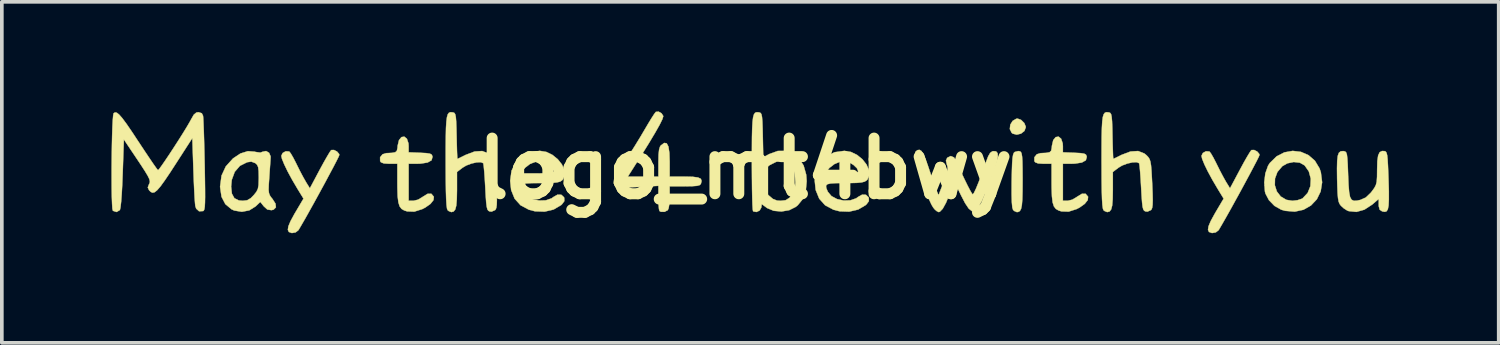
<source format=kicad_pcb>
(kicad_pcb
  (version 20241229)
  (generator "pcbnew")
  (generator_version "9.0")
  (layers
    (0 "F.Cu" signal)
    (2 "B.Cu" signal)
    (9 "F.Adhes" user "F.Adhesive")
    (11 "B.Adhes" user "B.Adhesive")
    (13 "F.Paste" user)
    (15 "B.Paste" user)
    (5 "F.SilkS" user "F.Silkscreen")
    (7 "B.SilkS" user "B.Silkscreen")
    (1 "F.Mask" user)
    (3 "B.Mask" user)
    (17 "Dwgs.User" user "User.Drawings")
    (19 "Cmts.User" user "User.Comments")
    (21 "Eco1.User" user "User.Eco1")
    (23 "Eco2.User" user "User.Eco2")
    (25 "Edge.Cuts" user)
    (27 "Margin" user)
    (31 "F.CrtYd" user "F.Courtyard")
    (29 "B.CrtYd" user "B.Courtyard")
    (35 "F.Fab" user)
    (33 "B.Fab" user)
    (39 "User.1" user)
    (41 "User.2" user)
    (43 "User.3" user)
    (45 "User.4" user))
  (footprint "logo_mt4bwy"
    (layer "F.Cu")
    (at 17.348 1.563)
    (property "Reference" "logo_mt4bwy" (at 0 0 0) (layer "F.SilkS") (effects (font (size 1.524 1.524) (thickness 0.3))))
    (attr through_hole)
    (fp_poly (pts (xy 7.546 -1.33) (xy 7.632 -1.244) (xy 7.673 -1.142) (xy 7.673 -1.135) (xy 7.635 -1.03) (xy 7.542 -0.957) (xy 7.425 -0.928) (xy 7.314 -0.956) (xy 7.285 -0.979) (xy 7.235 -1.082) (xy 7.248 -1.201) (xy 7.311 -1.304) (xy 7.411 -1.363) (xy 7.449 -1.367) (xy 7.546 -1.33)) (stroke (width 0.01) (type solid)) (fill yes) (layer "F.SilkS"))
    (fp_poly (pts (xy 7.513 -0.471) (xy 7.539 -0.452) (xy 7.558 -0.408) (xy 7.571 -0.327) (xy 7.579 -0.198) (xy 7.583 -0.008) (xy 7.585 0.256) (xy 7.585 0.321) (xy 7.583 0.621) (xy 7.577 0.844) (xy 7.564 1.002) (xy 7.542 1.104) (xy 7.509 1.162) (xy 7.464 1.187) (xy 7.427 1.191) (xy 7.356 1.16) (xy 7.324 1.13) (xy 7.303 1.063) (xy 7.29 0.922) (xy 7.284 0.701) (xy 7.285 0.396) (xy 7.286 0.33) (xy 7.292 0.051) (xy 7.299 -0.152) (xy 7.31 -0.291) (xy 7.325 -0.38) (xy 7.346 -0.432) (xy 7.369 -0.454) (xy 7.465 -0.479) (xy 7.513 -0.471)) (stroke (width 0.01) (type solid)) (fill yes) (layer "F.SilkS"))
    (fp_poly (pts (xy 15.201 -0.457) (xy 15.408 -0.367) (xy 15.583 -0.215) (xy 15.71 -0.005) (xy 15.746 0.101) (xy 15.781 0.375) (xy 15.741 0.625) (xy 15.636 0.84) (xy 15.475 1.01) (xy 15.271 1.126) (xy 15.033 1.178) (xy 14.771 1.156) (xy 14.662 1.125) (xy 14.478 1.021) (xy 14.326 0.865) (xy 14.23 0.683) (xy 14.216 0.628) (xy 14.203 0.456) (xy 14.487 0.456) (xy 14.541 0.625) (xy 14.648 0.764) (xy 14.802 0.855) (xy 14.967 0.882) (xy 15.109 0.865) (xy 15.23 0.824) (xy 15.248 0.813) (xy 15.385 0.667) (xy 15.46 0.481) (xy 15.471 0.277) (xy 15.417 0.078) (xy 15.303 -0.086) (xy 15.172 -0.161) (xy 15.004 -0.18) (xy 14.83 -0.144) (xy 14.691 -0.065) (xy 14.557 0.094) (xy 14.491 0.273) (xy 14.487 0.456) (xy 14.203 0.456) (xy 14.197 0.378) (xy 14.227 0.133) (xy 14.301 -0.076) (xy 14.349 -0.152) (xy 14.535 -0.334) (xy 14.749 -0.444) (xy 14.976 -0.484) (xy 15.201 -0.457)) (stroke (width 0.01) (type solid)) (fill yes) (layer "F.SilkS"))
    (fp_poly (pts (xy -11.174 -0.465) (xy -11.118 -0.398) (xy -11.113 -0.373) (xy -11.133 -0.323) (xy -11.19 -0.208) (xy -11.276 -0.042) (xy -11.386 0.164) (xy -11.511 0.398) (xy -11.646 0.646) (xy -11.783 0.896) (xy -11.917 1.137) (xy -12.039 1.355) (xy -12.144 1.537) (xy -12.224 1.673) (xy -12.233 1.687) (xy -12.309 1.746) (xy -12.412 1.764) (xy -12.494 1.734) (xy -12.521 1.675) (xy -12.507 1.581) (xy -12.449 1.441) (xy -12.343 1.245) (xy -12.308 1.186) (xy -12.093 0.822) (xy -12.263 0.545) (xy -12.405 0.303) (xy -12.527 0.078) (xy -12.621 -0.117) (xy -12.682 -0.266) (xy -12.7 -0.349) (xy -12.663 -0.426) (xy -12.579 -0.473) (xy -12.488 -0.468) (xy -12.479 -0.463) (xy -12.44 -0.412) (xy -12.376 -0.302) (xy -12.3 -0.155) (xy -12.282 -0.118) (xy -12.193 0.061) (xy -12.102 0.233) (xy -12.028 0.363) (xy -12.025 0.369) (xy -11.919 0.54) (xy -11.648 0.03) (xy -11.543 -0.163) (xy -11.45 -0.326) (xy -11.379 -0.445) (xy -11.337 -0.504) (xy -11.333 -0.507) (xy -11.259 -0.509) (xy -11.174 -0.465)) (stroke (width 0.01) (type solid)) (fill yes) (layer "F.SilkS"))
    (fp_poly (pts (xy 14.006 -0.465) (xy 14.062 -0.398) (xy 14.067 -0.373) (xy 14.047 -0.323) (xy 13.99 -0.208) (xy 13.903 -0.042) (xy 13.794 0.164) (xy 13.668 0.398) (xy 13.534 0.646) (xy 13.396 0.896) (xy 13.263 1.137) (xy 13.14 1.355) (xy 13.036 1.537) (xy 12.956 1.673) (xy 12.947 1.687) (xy 12.871 1.746) (xy 12.768 1.764) (xy 12.685 1.734) (xy 12.658 1.675) (xy 12.672 1.581) (xy 12.73 1.441) (xy 12.837 1.245) (xy 12.871 1.186) (xy 13.086 0.822) (xy 12.917 0.545) (xy 12.775 0.303) (xy 12.653 0.078) (xy 12.558 -0.117) (xy 12.498 -0.266) (xy 12.48 -0.349) (xy 12.517 -0.426) (xy 12.601 -0.473) (xy 12.691 -0.468) (xy 12.701 -0.463) (xy 12.74 -0.412) (xy 12.804 -0.302) (xy 12.88 -0.155) (xy 12.898 -0.118) (xy 12.987 0.061) (xy 13.078 0.233) (xy 13.151 0.363) (xy 13.155 0.369) (xy 13.26 0.54) (xy 13.532 0.03) (xy 13.636 -0.163) (xy 13.729 -0.326) (xy 13.801 -0.445) (xy 13.843 -0.504) (xy 13.846 -0.507) (xy 13.921 -0.509) (xy 14.006 -0.465)) (stroke (width 0.01) (type solid)) (fill yes) (layer "F.SilkS"))
    (fp_poly (pts (xy -9.264 -0.817) (xy -9.221 -0.69) (xy -9.216 -0.614) (xy -9.216 -0.445) (xy -8.897 -0.432) (xy -8.731 -0.423) (xy -8.633 -0.408) (xy -8.584 -0.381) (xy -8.565 -0.335) (xy -8.563 -0.32) (xy -8.589 -0.227) (xy -8.697 -0.166) (xy -8.886 -0.136) (xy -8.999 -0.132) (xy -9.216 -0.132) (xy -9.216 0.882) (xy -9.087 0.882) (xy -8.959 0.851) (xy -8.827 0.771) (xy -8.822 0.767) (xy -8.694 0.689) (xy -8.594 0.69) (xy -8.528 0.769) (xy -8.526 0.772) (xy -8.536 0.862) (xy -8.617 0.964) (xy -8.757 1.064) (xy -8.841 1.108) (xy -9.061 1.178) (xy -9.256 1.171) (xy -9.335 1.146) (xy -9.41 1.103) (xy -9.463 1.033) (xy -9.497 0.923) (xy -9.517 0.758) (xy -9.524 0.526) (xy -9.525 0.4) (xy -9.525 -0.132) (xy -9.747 -0.132) (xy -9.894 -0.141) (xy -9.973 -0.172) (xy -9.996 -0.204) (xy -9.997 -0.309) (xy -9.93 -0.391) (xy -9.829 -0.422) (xy -9.671 -0.43) (xy -9.581 -0.447) (xy -9.538 -0.488) (xy -9.521 -0.565) (xy -9.517 -0.624) (xy -9.48 -0.778) (xy -9.413 -0.861) (xy -9.335 -0.874) (xy -9.264 -0.817)) (stroke (width 0.01) (type solid)) (fill yes) (layer "F.SilkS"))
    (fp_poly (pts (xy 8.639 -0.817) (xy 8.682 -0.69) (xy 8.687 -0.614) (xy 8.687 -0.445) (xy 9.007 -0.432) (xy 9.173 -0.423) (xy 9.27 -0.408) (xy 9.319 -0.381) (xy 9.338 -0.335) (xy 9.341 -0.32) (xy 9.315 -0.227) (xy 9.207 -0.166) (xy 9.018 -0.136) (xy 8.905 -0.132) (xy 8.687 -0.132) (xy 8.687 0.882) (xy 8.816 0.882) (xy 8.944 0.851) (xy 9.077 0.771) (xy 9.081 0.767) (xy 9.209 0.689) (xy 9.309 0.69) (xy 9.376 0.769) (xy 9.377 0.772) (xy 9.367 0.862) (xy 9.286 0.964) (xy 9.147 1.064) (xy 9.062 1.108) (xy 8.843 1.178) (xy 8.647 1.171) (xy 8.569 1.146) (xy 8.494 1.103) (xy 8.441 1.033) (xy 8.406 0.923) (xy 8.387 0.758) (xy 8.379 0.526) (xy 8.378 0.4) (xy 8.378 -0.132) (xy 8.157 -0.132) (xy 8.009 -0.141) (xy 7.93 -0.172) (xy 7.907 -0.204) (xy 7.907 -0.309) (xy 7.973 -0.391) (xy 8.075 -0.422) (xy 8.233 -0.43) (xy 8.323 -0.447) (xy 8.366 -0.488) (xy 8.382 -0.565) (xy 8.387 -0.624) (xy 8.423 -0.778) (xy 8.49 -0.861) (xy 8.569 -0.874) (xy 8.639 -0.817)) (stroke (width 0.01) (type solid)) (fill yes) (layer "F.SilkS"))
    (fp_poly (pts (xy -13.035 -0.432) (xy -12.993 -0.334) (xy -12.993 -0.303) (xy -12.998 -0.215) (xy -13.009 -0.064) (xy -13.022 0.125) (xy -13.03 0.245) (xy -13.044 0.447) (xy -13.048 0.582) (xy -13.038 0.671) (xy -13.013 0.736) (xy -12.969 0.799) (xy -12.944 0.828) (xy -12.859 0.96) (xy -12.848 1.061) (xy -12.911 1.124) (xy -12.971 1.138) (xy -13.083 1.12) (xy -13.181 1.031) (xy -13.275 0.912) (xy -13.403 1.034) (xy -13.577 1.143) (xy -13.78 1.182) (xy -13.986 1.148) (xy -14.064 1.113) (xy -14.232 0.972) (xy -14.336 0.772) (xy -14.374 0.515) (xy -14.375 0.491) (xy -14.074 0.491) (xy -14.053 0.685) (xy -13.985 0.81) (xy -13.862 0.872) (xy -13.756 0.882) (xy -13.634 0.867) (xy -13.535 0.809) (xy -13.454 0.726) (xy -13.383 0.638) (xy -13.342 0.556) (xy -13.323 0.452) (xy -13.318 0.296) (xy -13.317 0.243) (xy -13.321 0.069) (xy -13.334 -0.04) (xy -13.364 -0.105) (xy -13.409 -0.148) (xy -13.52 -0.19) (xy -13.636 -0.174) (xy -13.833 -0.075) (xy -13.975 0.089) (xy -14.056 0.309) (xy -14.074 0.491) (xy -14.375 0.491) (xy -14.375 0.486) (xy -14.336 0.193) (xy -14.219 -0.059) (xy -14.022 -0.277) (xy -13.818 -0.413) (xy -13.615 -0.476) (xy -13.427 -0.462) (xy -13.406 -0.455) (xy -13.274 -0.437) (xy -13.216 -0.459) (xy -13.118 -0.48) (xy -13.035 -0.432)) (stroke (width 0.01) (type solid)) (fill yes) (layer "F.SilkS"))
    (fp_poly (pts (xy -5.446 -0.455) (xy -5.279 -0.373) (xy -5.134 -0.254) (xy -5.022 -0.113) (xy -4.955 0.036) (xy -4.943 0.179) (xy -4.997 0.301) (xy -5.02 0.324) (xy -5.072 0.357) (xy -5.155 0.378) (xy -5.284 0.391) (xy -5.476 0.396) (xy -5.615 0.397) (xy -5.847 0.398) (xy -6.003 0.407) (xy -6.093 0.428) (xy -6.129 0.468) (xy -6.122 0.532) (xy -6.084 0.626) (xy -6.08 0.633) (xy -5.982 0.752) (xy -5.828 0.834) (xy -5.646 0.875) (xy -5.461 0.869) (xy -5.302 0.813) (xy -5.253 0.777) (xy -5.142 0.714) (xy -5.037 0.717) (xy -4.966 0.783) (xy -4.958 0.802) (xy -4.956 0.891) (xy -5.021 0.978) (xy -5.044 0.999) (xy -5.249 1.12) (xy -5.495 1.178) (xy -5.757 1.169) (xy -5.924 1.126) (xy -6.153 1.004) (xy -6.316 0.823) (xy -6.411 0.587) (xy -6.438 0.333) (xy -6.41 0.132) (xy -6.14 0.132) (xy -5.694 0.132) (xy -5.481 0.129) (xy -5.343 0.12) (xy -5.27 0.102) (xy -5.248 0.074) (xy -5.248 0.074) (xy -5.285 -0.011) (xy -5.377 -0.1) (xy -5.497 -0.172) (xy -5.58 -0.199) (xy -5.734 -0.191) (xy -5.897 -0.125) (xy -6.035 -0.019) (xy -6.076 0.033) (xy -6.14 0.132) (xy -6.41 0.132) (xy -6.4 0.059) (xy -6.291 -0.167) (xy -6.12 -0.339) (xy -5.894 -0.448) (xy -5.626 -0.485) (xy -5.446 -0.455)) (stroke (width 0.01) (type solid)) (fill yes) (layer "F.SilkS"))
    (fp_poly (pts (xy -2.297 -1.514) (xy -2.251 -1.443) (xy -2.249 -1.428) (xy -2.274 -1.348) (xy -2.347 -1.2) (xy -2.468 -0.986) (xy -2.633 -0.709) (xy -2.84 -0.375) (xy -2.917 -0.254) (xy -3.218 0.22) (xy -2.381 0.22) (xy -2.381 -0.173) (xy -2.377 -0.383) (xy -2.362 -0.521) (xy -2.335 -0.605) (xy -2.312 -0.636) (xy -2.221 -0.702) (xy -2.154 -0.691) (xy -2.107 -0.601) (xy -2.081 -0.43) (xy -2.073 -0.19) (xy -2.073 0.22) (xy -1.658 0.22) (xy -1.439 0.225) (xy -1.297 0.244) (xy -1.22 0.28) (xy -1.199 0.339) (xy -1.219 0.419) (xy -1.25 0.451) (xy -1.323 0.472) (xy -1.454 0.482) (xy -1.657 0.485) (xy -2.073 0.485) (xy -2.073 0.785) (xy -2.08 0.956) (xy -2.101 1.083) (xy -2.125 1.138) (xy -2.214 1.184) (xy -2.312 1.183) (xy -2.352 1.161) (xy -2.366 1.106) (xy -2.376 0.986) (xy -2.381 0.827) (xy -2.381 0.802) (xy -2.381 0.472) (xy -2.911 0.502) (xy -3.204 0.514) (xy -3.414 0.506) (xy -3.546 0.473) (xy -3.605 0.406) (xy -3.595 0.298) (xy -3.521 0.143) (xy -3.388 -0.066) (xy -3.335 -0.143) (xy -3.193 -0.357) (xy -3.031 -0.612) (xy -2.873 -0.87) (xy -2.775 -1.036) (xy -2.665 -1.223) (xy -2.569 -1.381) (xy -2.495 -1.495) (xy -2.453 -1.55) (xy -2.451 -1.551) (xy -2.377 -1.558) (xy -2.297 -1.514)) (stroke (width 0.01) (type solid)) (fill yes) (layer "F.SilkS"))
    (fp_poly (pts (xy 2.888 -0.455) (xy 3.056 -0.373) (xy 3.201 -0.254) (xy 3.312 -0.113) (xy 3.379 0.036) (xy 3.392 0.179) (xy 3.338 0.301) (xy 3.315 0.324) (xy 3.262 0.357) (xy 3.179 0.378) (xy 3.05 0.391) (xy 2.858 0.396) (xy 2.72 0.397) (xy 2.487 0.398) (xy 2.332 0.407) (xy 2.241 0.428) (xy 2.206 0.468) (xy 2.212 0.532) (xy 2.251 0.626) (xy 2.254 0.633) (xy 2.353 0.752) (xy 2.506 0.834) (xy 2.689 0.875) (xy 2.873 0.869) (xy 3.032 0.813) (xy 3.081 0.777) (xy 3.193 0.714) (xy 3.297 0.717) (xy 3.368 0.783) (xy 3.376 0.802) (xy 3.378 0.891) (xy 3.313 0.978) (xy 3.291 0.999) (xy 3.086 1.12) (xy 2.84 1.178) (xy 2.578 1.169) (xy 2.41 1.126) (xy 2.181 1.004) (xy 2.019 0.823) (xy 1.923 0.587) (xy 1.896 0.333) (xy 1.924 0.132) (xy 2.194 0.132) (xy 2.64 0.132) (xy 2.854 0.129) (xy 2.991 0.12) (xy 3.065 0.102) (xy 3.087 0.074) (xy 3.087 0.074) (xy 3.05 -0.011) (xy 2.957 -0.1) (xy 2.837 -0.172) (xy 2.754 -0.199) (xy 2.601 -0.191) (xy 2.437 -0.125) (xy 2.299 -0.019) (xy 2.258 0.033) (xy 2.194 0.132) (xy 1.924 0.132) (xy 1.934 0.059) (xy 2.043 -0.167) (xy 2.215 -0.339) (xy 2.44 -0.448) (xy 2.708 -0.485) (xy 2.888 -0.455)) (stroke (width 0.01) (type solid)) (fill yes) (layer "F.SilkS"))
    (fp_poly (pts (xy 17.493 -0.477) (xy 17.522 -0.464) (xy 17.544 -0.43) (xy 17.561 -0.363) (xy 17.573 -0.25) (xy 17.583 -0.079) (xy 17.593 0.162) (xy 17.598 0.309) (xy 17.607 0.617) (xy 17.607 0.847) (xy 17.599 1.009) (xy 17.579 1.113) (xy 17.545 1.168) (xy 17.496 1.184) (xy 17.429 1.172) (xy 17.423 1.17) (xy 17.356 1.125) (xy 17.331 1.03) (xy 17.33 0.986) (xy 17.33 0.831) (xy 17.152 0.984) (xy 16.937 1.124) (xy 16.72 1.185) (xy 16.511 1.164) (xy 16.47 1.149) (xy 16.375 1.089) (xy 16.294 1.015) (xy 16.259 0.967) (xy 16.233 0.904) (xy 16.216 0.81) (xy 16.204 0.669) (xy 16.196 0.467) (xy 16.191 0.28) (xy 16.188 -0.003) (xy 16.193 -0.208) (xy 16.209 -0.348) (xy 16.24 -0.432) (xy 16.288 -0.472) (xy 16.356 -0.479) (xy 16.378 -0.476) (xy 16.414 -0.466) (xy 16.44 -0.439) (xy 16.459 -0.382) (xy 16.471 -0.28) (xy 16.481 -0.121) (xy 16.49 0.111) (xy 16.492 0.172) (xy 16.504 0.447) (xy 16.52 0.644) (xy 16.545 0.776) (xy 16.586 0.851) (xy 16.647 0.882) (xy 16.733 0.878) (xy 16.829 0.857) (xy 16.977 0.791) (xy 17.114 0.659) (xy 17.141 0.625) (xy 17.209 0.531) (xy 17.252 0.449) (xy 17.275 0.357) (xy 17.284 0.227) (xy 17.286 0.035) (xy 17.286 0.024) (xy 17.292 -0.206) (xy 17.314 -0.36) (xy 17.356 -0.448) (xy 17.423 -0.481) (xy 17.493 -0.477)) (stroke (width 0.01) (type solid)) (fill yes) (layer "F.SilkS"))
    (fp_poly (pts (xy 0.356 -1.54) (xy 0.384 -1.535) (xy 0.416 -1.521) (xy 0.439 -1.484) (xy 0.454 -1.409) (xy 0.464 -1.284) (xy 0.471 -1.093) (xy 0.475 -0.915) (xy 0.488 -0.31) (xy 0.651 -0.397) (xy 0.885 -0.482) (xy 1.106 -0.485) (xy 1.304 -0.414) (xy 1.47 -0.277) (xy 1.593 -0.081) (xy 1.663 0.168) (xy 1.676 0.344) (xy 1.651 0.618) (xy 1.572 0.832) (xy 1.432 1.003) (xy 1.377 1.048) (xy 1.198 1.138) (xy 0.986 1.174) (xy 0.774 1.155) (xy 0.595 1.081) (xy 0.58 1.07) (xy 0.447 0.972) (xy 0.433 1.07) (xy 0.387 1.148) (xy 0.303 1.188) (xy 0.22 1.173) (xy 0.208 1.163) (xy 0.2 1.113) (xy 0.192 0.985) (xy 0.186 0.792) (xy 0.181 0.545) (xy 0.179 0.317) (xy 0.485 0.317) (xy 0.49 0.472) (xy 0.513 0.575) (xy 0.566 0.659) (xy 0.635 0.732) (xy 0.752 0.831) (xy 0.864 0.875) (xy 0.962 0.882) (xy 1.099 0.866) (xy 1.2 0.803) (xy 1.253 0.746) (xy 1.326 0.638) (xy 1.36 0.517) (xy 1.367 0.374) (xy 1.352 0.146) (xy 1.301 -0.016) (xy 1.209 -0.129) (xy 1.171 -0.157) (xy 1.019 -0.207) (xy 0.843 -0.185) (xy 0.665 -0.096) (xy 0.619 -0.06) (xy 0.543 0.012) (xy 0.503 0.087) (xy 0.487 0.195) (xy 0.485 0.317) (xy 0.179 0.317) (xy 0.178 0.254) (xy 0.176 -0.068) (xy 0.176 -0.156) (xy 0.177 -0.547) (xy 0.179 -0.858) (xy 0.185 -1.099) (xy 0.195 -1.277) (xy 0.21 -1.402) (xy 0.233 -1.482) (xy 0.264 -1.526) (xy 0.305 -1.542) (xy 0.356 -1.54)) (stroke (width 0.01) (type solid)) (fill yes) (layer "F.SilkS"))
    (fp_poly (pts (xy -8.017 -1.539) (xy -7.995 -1.535) (xy -7.963 -1.522) (xy -7.941 -1.485) (xy -7.925 -1.412) (xy -7.915 -1.289) (xy -7.908 -1.102) (xy -7.903 -0.892) (xy -7.898 -0.669) (xy -7.893 -0.48) (xy -7.887 -0.342) (xy -7.883 -0.271) (xy -7.881 -0.265) (xy -7.84 -0.283) (xy -7.744 -0.33) (xy -7.654 -0.375) (xy -7.411 -0.467) (xy -7.202 -0.48) (xy -7.03 -0.412) (xy -6.971 -0.363) (xy -6.924 -0.313) (xy -6.89 -0.26) (xy -6.866 -0.19) (xy -6.849 -0.087) (xy -6.836 0.064) (xy -6.824 0.281) (xy -6.817 0.415) (xy -6.806 0.678) (xy -6.801 0.866) (xy -6.805 0.994) (xy -6.817 1.075) (xy -6.838 1.123) (xy -6.849 1.135) (xy -6.946 1.178) (xy -7 1.172) (xy -7.035 1.154) (xy -7.061 1.116) (xy -7.079 1.044) (xy -7.094 0.925) (xy -7.107 0.744) (xy -7.119 0.518) (xy -7.132 0.29) (xy -7.146 0.094) (xy -7.16 -0.054) (xy -7.172 -0.137) (xy -7.175 -0.147) (xy -7.239 -0.175) (xy -7.355 -0.17) (xy -7.497 -0.138) (xy -7.638 -0.085) (xy -7.739 -0.025) (xy -7.893 0.093) (xy -7.893 0.589) (xy -7.898 0.837) (xy -7.912 1.01) (xy -7.94 1.118) (xy -7.984 1.174) (xy -8.047 1.191) (xy -8.048 1.191) (xy -8.119 1.162) (xy -8.149 1.138) (xy -8.166 1.094) (xy -8.179 0.995) (xy -8.189 0.834) (xy -8.196 0.606) (xy -8.2 0.304) (xy -8.202 -0.079) (xy -8.202 -0.18) (xy -8.202 -0.567) (xy -8.199 -0.875) (xy -8.194 -1.112) (xy -8.183 -1.287) (xy -8.167 -1.409) (xy -8.144 -1.486) (xy -8.112 -1.528) (xy -8.07 -1.543) (xy -8.017 -1.539)) (stroke (width 0.01) (type solid)) (fill yes) (layer "F.SilkS"))
    (fp_poly (pts (xy 9.931 -1.539) (xy 9.953 -1.535) (xy 9.984 -1.522) (xy 10.007 -1.485) (xy 10.022 -1.412) (xy 10.033 -1.289) (xy 10.04 -1.102) (xy 10.044 -0.892) (xy 10.049 -0.669) (xy 10.055 -0.48) (xy 10.06 -0.342) (xy 10.065 -0.271) (xy 10.066 -0.265) (xy 10.108 -0.283) (xy 10.204 -0.33) (xy 10.293 -0.375) (xy 10.537 -0.467) (xy 10.746 -0.48) (xy 10.918 -0.412) (xy 10.977 -0.363) (xy 11.024 -0.313) (xy 11.058 -0.26) (xy 11.082 -0.19) (xy 11.099 -0.087) (xy 11.112 0.064) (xy 11.124 0.281) (xy 11.131 0.415) (xy 11.142 0.678) (xy 11.146 0.866) (xy 11.142 0.994) (xy 11.13 1.075) (xy 11.109 1.123) (xy 11.098 1.135) (xy 11.002 1.178) (xy 10.947 1.172) (xy 10.912 1.154) (xy 10.887 1.116) (xy 10.868 1.044) (xy 10.854 0.925) (xy 10.841 0.744) (xy 10.828 0.518) (xy 10.815 0.29) (xy 10.801 0.094) (xy 10.788 -0.054) (xy 10.776 -0.137) (xy 10.772 -0.147) (xy 10.709 -0.175) (xy 10.592 -0.17) (xy 10.451 -0.138) (xy 10.31 -0.085) (xy 10.209 -0.025) (xy 10.054 0.093) (xy 10.054 0.589) (xy 10.05 0.837) (xy 10.036 1.01) (xy 10.008 1.118) (xy 9.964 1.174) (xy 9.9 1.191) (xy 9.9 1.191) (xy 9.829 1.162) (xy 9.798 1.138) (xy 9.782 1.094) (xy 9.768 0.995) (xy 9.758 0.834) (xy 9.751 0.606) (xy 9.747 0.304) (xy 9.746 -0.079) (xy 9.745 -0.18) (xy 9.746 -0.567) (xy 9.748 -0.875) (xy 9.754 -1.112) (xy 9.764 -1.287) (xy 9.78 -1.409) (xy 9.804 -1.486) (xy 9.836 -1.528) (xy 9.878 -1.543) (xy 9.931 -1.539)) (stroke (width 0.01) (type solid)) (fill yes) (layer "F.SilkS"))
    (fp_poly (pts (xy 4.815 -0.482) (xy 4.868 -0.402) (xy 4.929 -0.262) (xy 5.004 -0.05) (xy 5.027 0.019) (xy 5.093 0.219) (xy 5.156 0.4) (xy 5.207 0.539) (xy 5.228 0.593) (xy 5.285 0.728) (xy 5.336 0.595) (xy 5.425 0.365) (xy 5.485 0.202) (xy 5.52 0.089) (xy 5.534 0.011) (xy 5.531 -0.047) (xy 5.515 -0.102) (xy 5.511 -0.112) (xy 5.487 -0.217) (xy 5.518 -0.288) (xy 5.529 -0.3) (xy 5.619 -0.343) (xy 5.707 -0.306) (xy 5.778 -0.196) (xy 5.779 -0.193) (xy 5.837 -0.051) (xy 5.912 0.117) (xy 5.995 0.293) (xy 6.076 0.458) (xy 6.147 0.594) (xy 6.199 0.682) (xy 6.22 0.706) (xy 6.253 0.665) (xy 6.31 0.547) (xy 6.386 0.36) (xy 6.479 0.112) (xy 6.582 -0.176) (xy 6.644 -0.338) (xy 6.698 -0.43) (xy 6.755 -0.471) (xy 6.78 -0.477) (xy 6.858 -0.471) (xy 6.901 -0.421) (xy 6.908 -0.322) (xy 6.879 -0.167) (xy 6.812 0.049) (xy 6.705 0.332) (xy 6.584 0.629) (xy 6.469 0.888) (xy 6.372 1.064) (xy 6.285 1.156) (xy 6.2 1.166) (xy 6.111 1.095) (xy 6.01 0.944) (xy 5.89 0.712) (xy 5.888 0.707) (xy 5.714 0.351) (xy 5.589 0.693) (xy 5.489 0.935) (xy 5.399 1.099) (xy 5.32 1.181) (xy 5.288 1.191) (xy 5.233 1.163) (xy 5.183 1.12) (xy 5.139 1.066) (xy 5.091 0.985) (xy 5.035 0.865) (xy 4.966 0.694) (xy 4.878 0.461) (xy 4.802 0.252) (xy 4.709 -0.022) (xy 4.653 -0.226) (xy 4.635 -0.368) (xy 4.651 -0.457) (xy 4.703 -0.503) (xy 4.704 -0.504) (xy 4.762 -0.513) (xy 4.815 -0.482)) (stroke (width 0.01) (type solid)) (fill yes) (layer "F.SilkS"))
    (fp_poly (pts (xy -14.876 -1.514) (xy -14.842 -1.444) (xy -14.836 -1.375) (xy -14.829 -1.231) (xy -14.821 -1.023) (xy -14.813 -0.763) (xy -14.805 -0.465) (xy -14.798 -0.14) (xy -14.797 -0.104) (xy -14.791 0.264) (xy -14.787 0.553) (xy -14.786 0.774) (xy -14.789 0.934) (xy -14.795 1.043) (xy -14.806 1.112) (xy -14.822 1.149) (xy -14.839 1.162) (xy -14.95 1.168) (xy -15.029 1.097) (xy -15.054 1.022) (xy -15.062 0.942) (xy -15.073 0.79) (xy -15.084 0.581) (xy -15.095 0.332) (xy -15.105 0.058) (xy -15.106 0.035) (xy -15.135 -0.834) (xy -15.553 -0.185) (xy -15.741 0.105) (xy -15.891 0.327) (xy -16.007 0.487) (xy -16.097 0.591) (xy -16.167 0.647) (xy -16.223 0.66) (xy -16.273 0.638) (xy -16.319 0.592) (xy -16.354 0.517) (xy -16.324 0.437) (xy -16.302 0.393) (xy -16.297 0.346) (xy -16.313 0.283) (xy -16.358 0.192) (xy -16.436 0.063) (xy -16.553 -0.117) (xy -16.704 -0.343) (xy -17.009 -0.797) (xy -17.041 0.142) (xy -17.053 0.437) (xy -17.067 0.695) (xy -17.083 0.906) (xy -17.1 1.055) (xy -17.116 1.13) (xy -17.119 1.135) (xy -17.207 1.188) (xy -17.3 1.158) (xy -17.311 1.148) (xy -17.323 1.093) (xy -17.331 0.964) (xy -17.338 0.774) (xy -17.342 0.536) (xy -17.343 0.264) (xy -17.343 -0.028) (xy -17.34 -0.328) (xy -17.336 -0.621) (xy -17.33 -0.893) (xy -17.322 -1.133) (xy -17.312 -1.325) (xy -17.301 -1.456) (xy -17.289 -1.514) (xy -17.289 -1.514) (xy -17.249 -1.537) (xy -17.201 -1.528) (xy -17.138 -1.478) (xy -17.054 -1.382) (xy -16.942 -1.232) (xy -16.797 -1.021) (xy -16.613 -0.742) (xy -16.604 -0.729) (xy -16.452 -0.499) (xy -16.316 -0.296) (xy -16.204 -0.131) (xy -16.122 -0.015) (xy -16.078 0.041) (xy -16.073 0.044) (xy -16.04 0.009) (xy -15.97 -0.087) (xy -15.871 -0.23) (xy -15.753 -0.406) (xy -15.626 -0.601) (xy -15.497 -0.801) (xy -15.377 -0.992) (xy -15.275 -1.159) (xy -15.199 -1.29) (xy -15.167 -1.349) (xy -15.095 -1.475) (xy -15.025 -1.533) (xy -14.968 -1.543) (xy -14.876 -1.514)) (stroke (width 0.01) (type solid)) (fill yes) (layer "F.SilkS")))
  (gr_rect
    (start -3 -3)
    (end 37.961 6.332)
    (stroke (width 0.1) (type default))
    (fill no)
    (layer "Edge.Cuts")))
</source>
